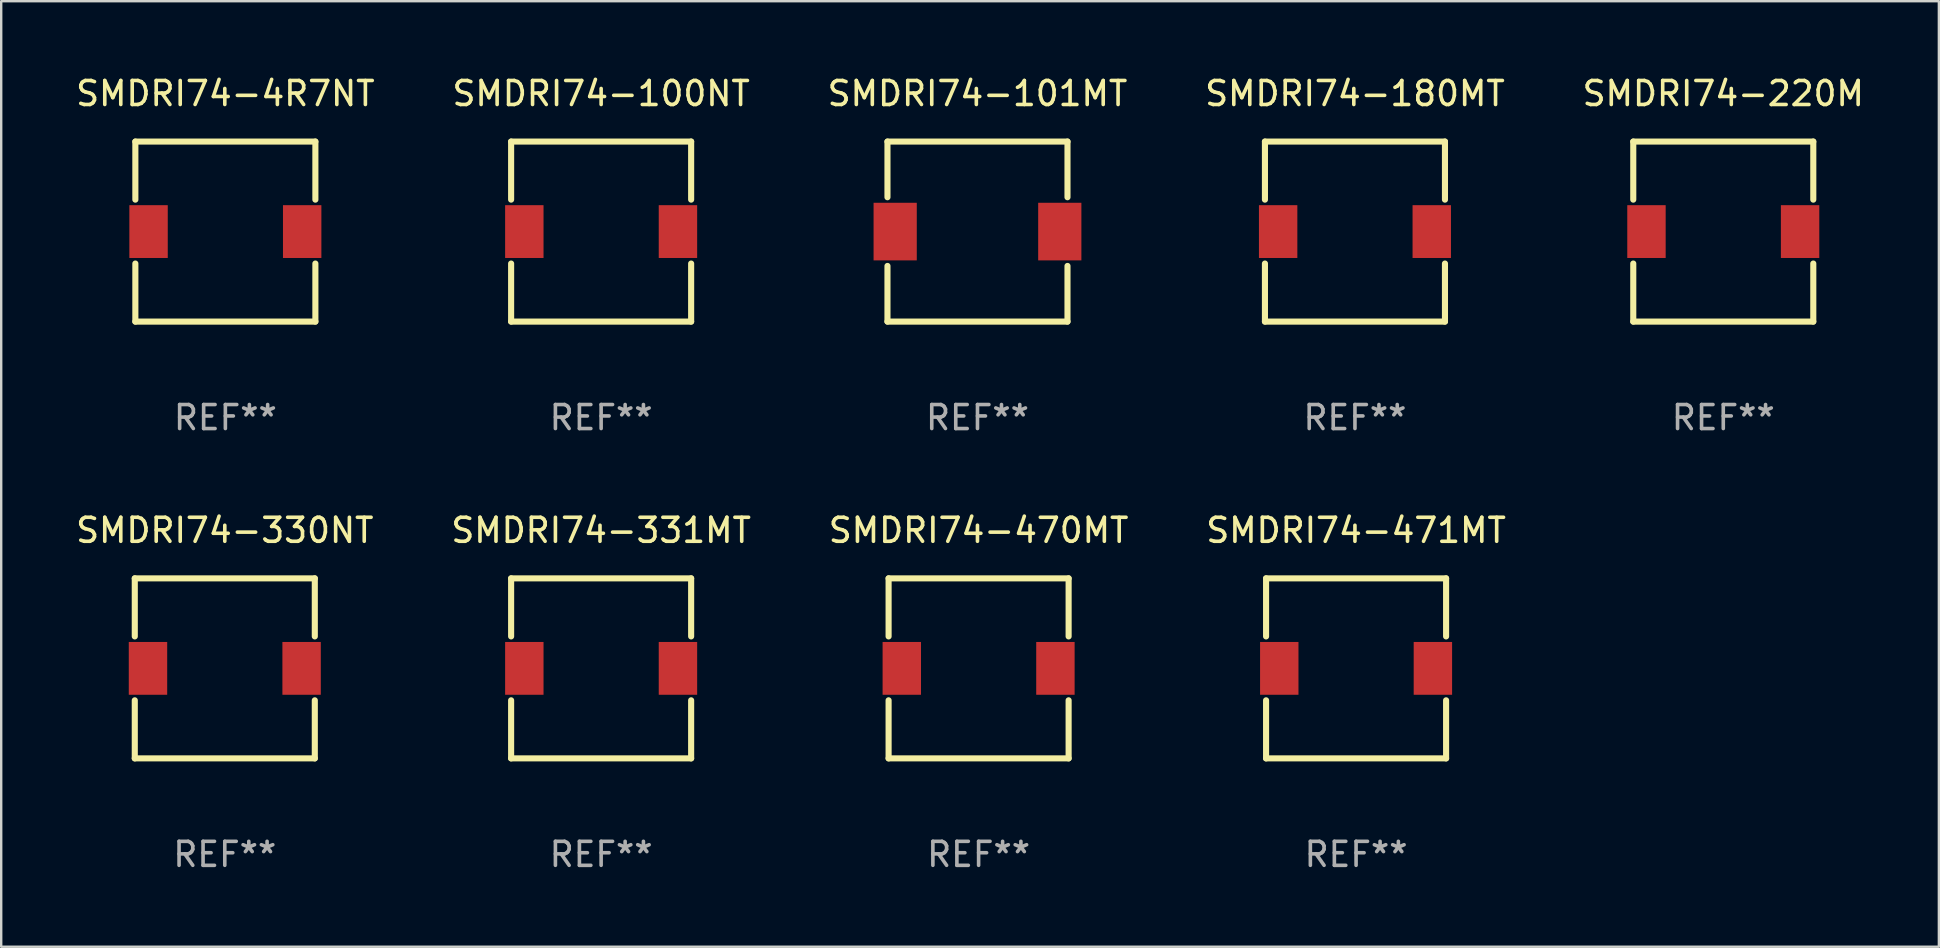
<source format=kicad_pcb>
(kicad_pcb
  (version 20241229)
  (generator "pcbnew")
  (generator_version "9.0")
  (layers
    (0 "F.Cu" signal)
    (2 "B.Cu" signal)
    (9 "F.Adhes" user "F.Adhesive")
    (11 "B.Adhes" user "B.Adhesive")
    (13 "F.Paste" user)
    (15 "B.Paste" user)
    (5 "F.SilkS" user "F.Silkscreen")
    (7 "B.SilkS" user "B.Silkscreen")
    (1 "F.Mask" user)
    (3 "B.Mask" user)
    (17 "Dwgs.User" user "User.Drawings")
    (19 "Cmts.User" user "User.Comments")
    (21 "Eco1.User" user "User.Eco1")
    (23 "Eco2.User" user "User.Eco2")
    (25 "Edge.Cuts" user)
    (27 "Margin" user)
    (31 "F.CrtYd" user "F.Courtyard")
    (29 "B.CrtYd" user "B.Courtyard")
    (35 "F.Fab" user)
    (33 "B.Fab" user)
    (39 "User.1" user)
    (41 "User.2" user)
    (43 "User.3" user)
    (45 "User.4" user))
  (footprint "SMDRI74-180MT"
    (layer "F.Cu")
    (at 53.399 6.598)
    (property "Reference" "SMDRI74-180MT" (at 0 -5.75 0) (layer "F.SilkS") (effects (font (size 1 1) (thickness 0.15))))
    (attr through_hole)
    (fp_line (start -3.75 -3.75) (end -3.75 -1.331) (stroke (width 0.254) (type solid)) (layer "F.SilkS"))
    (fp_line (start -3.75 -3.75) (end 3.75 -3.75) (stroke (width 0.254) (type solid)) (layer "F.SilkS"))
    (fp_line (start -3.75 1.331) (end -3.75 3.75) (stroke (width 0.254) (type solid)) (layer "F.SilkS"))
    (fp_line (start 3.75 -1.331) (end 3.75 -3.75) (stroke (width 0.254) (type solid)) (layer "F.SilkS"))
    (fp_line (start 3.75 3.75) (end -3.75 3.75) (stroke (width 0.254) (type solid)) (layer "F.SilkS"))
    (fp_line (start 3.75 3.75) (end 3.75 1.331) (stroke (width 0.254) (type solid)) (layer "F.SilkS"))
    (fp_circle (center -3.75 3.75) (end -3.72 3.75) (stroke (width 0.06) (type solid)) (fill no) (layer "F.SilkS"))
    (fp_text user "REF**" (at 0 7.75 0) (layer "F.Fab") (effects (font (size 1 1) (thickness 0.15))))
    (pad "1" smd rect (at -3.2 0 90) (size 2.2 1.6) (layers "F.Cu" "F.Mask" "F.Paste"))
    (pad "2" smd rect (at 3.2 0 90) (size 2.2 1.6) (layers "F.Cu" "F.Mask" "F.Paste")))
  (footprint "SMDRI74-470MT"
    (layer "F.Cu")
    (at 37.72 24.795)
    (property "Reference" "SMDRI74-470MT" (at 0 -5.75 0) (layer "F.SilkS") (effects (font (size 1 1) (thickness 0.15))))
    (attr through_hole)
    (fp_line (start -3.75 -3.75) (end -3.75 -1.331) (stroke (width 0.254) (type solid)) (layer "F.SilkS"))
    (fp_line (start -3.75 -3.75) (end 3.75 -3.75) (stroke (width 0.254) (type solid)) (layer "F.SilkS"))
    (fp_line (start -3.75 1.331) (end -3.75 3.75) (stroke (width 0.254) (type solid)) (layer "F.SilkS"))
    (fp_line (start 3.75 -1.331) (end 3.75 -3.75) (stroke (width 0.254) (type solid)) (layer "F.SilkS"))
    (fp_line (start 3.75 3.75) (end -3.75 3.75) (stroke (width 0.254) (type solid)) (layer "F.SilkS"))
    (fp_line (start 3.75 3.75) (end 3.75 1.331) (stroke (width 0.254) (type solid)) (layer "F.SilkS"))
    (fp_circle (center -3.75 3.75) (end -3.72 3.75) (stroke (width 0.06) (type solid)) (fill no) (layer "F.SilkS"))
    (fp_text user "REF**" (at 0 7.75 0) (layer "F.Fab") (effects (font (size 1 1) (thickness 0.15))))
    (pad "1" smd rect (at -3.2 0 90) (size 2.2 1.6) (layers "F.Cu" "F.Mask" "F.Paste"))
    (pad "2" smd rect (at 3.2 0 90) (size 2.2 1.6) (layers "F.Cu" "F.Mask" "F.Paste")))
  (footprint "SMDRI74-330NT"
    (layer "F.Cu")
    (at 6.315 24.795)
    (property "Reference" "SMDRI74-330NT" (at 0 -5.75 0) (layer "F.SilkS") (effects (font (size 1 1) (thickness 0.15))))
    (attr through_hole)
    (fp_line (start -3.75 -3.75) (end -3.75 -1.331) (stroke (width 0.254) (type solid)) (layer "F.SilkS"))
    (fp_line (start -3.75 -3.75) (end 3.75 -3.75) (stroke (width 0.254) (type solid)) (layer "F.SilkS"))
    (fp_line (start -3.75 1.331) (end -3.75 3.75) (stroke (width 0.254) (type solid)) (layer "F.SilkS"))
    (fp_line (start 3.75 -1.331) (end 3.75 -3.75) (stroke (width 0.254) (type solid)) (layer "F.SilkS"))
    (fp_line (start 3.75 3.75) (end -3.75 3.75) (stroke (width 0.254) (type solid)) (layer "F.SilkS"))
    (fp_line (start 3.75 3.75) (end 3.75 1.331) (stroke (width 0.254) (type solid)) (layer "F.SilkS"))
    (fp_circle (center -3.75 3.75) (end -3.72 3.75) (stroke (width 0.06) (type solid)) (fill no) (layer "F.SilkS"))
    (fp_text user "REF**" (at 0 7.75 0) (layer "F.Fab") (effects (font (size 1 1) (thickness 0.15))))
    (pad "1" smd rect (at -3.2 0 90) (size 2.2 1.6) (layers "F.Cu" "F.Mask" "F.Paste"))
    (pad "2" smd rect (at 3.2 0 90) (size 2.2 1.6) (layers "F.Cu" "F.Mask" "F.Paste")))
  (footprint "SMDRI74-220M"
    (layer "F.Cu")
    (at 68.744 6.598)
    (property "Reference" "SMDRI74-220M" (at 0 -5.75 0) (layer "F.SilkS") (effects (font (size 1 1) (thickness 0.15))))
    (attr through_hole)
    (fp_line (start -3.75 -3.75) (end -3.75 -1.331) (stroke (width 0.254) (type solid)) (layer "F.SilkS"))
    (fp_line (start -3.75 -3.75) (end 3.75 -3.75) (stroke (width 0.254) (type solid)) (layer "F.SilkS"))
    (fp_line (start -3.75 1.331) (end -3.75 3.75) (stroke (width 0.254) (type solid)) (layer "F.SilkS"))
    (fp_line (start 3.75 -1.331) (end 3.75 -3.75) (stroke (width 0.254) (type solid)) (layer "F.SilkS"))
    (fp_line (start 3.75 3.75) (end -3.75 3.75) (stroke (width 0.254) (type solid)) (layer "F.SilkS"))
    (fp_line (start 3.75 3.75) (end 3.75 1.331) (stroke (width 0.254) (type solid)) (layer "F.SilkS"))
    (fp_circle (center -3.75 3.75) (end -3.72 3.75) (stroke (width 0.06) (type solid)) (fill no) (layer "F.SilkS"))
    (fp_text user "REF**" (at 0 7.75 0) (layer "F.Fab") (effects (font (size 1 1) (thickness 0.15))))
    (pad "1" smd rect (at -3.2 0 90) (size 2.2 1.6) (layers "F.Cu" "F.Mask" "F.Paste"))
    (pad "2" smd rect (at 3.2 0 90) (size 2.2 1.6) (layers "F.Cu" "F.Mask" "F.Paste")))
  (footprint "SMDRI74-100NT"
    (layer "F.Cu")
    (at 21.994 6.598)
    (property "Reference" "SMDRI74-100NT" (at 0 -5.75 0) (layer "F.SilkS") (effects (font (size 1 1) (thickness 0.15))))
    (attr through_hole)
    (fp_line (start -3.75 -3.75) (end -3.75 -1.331) (stroke (width 0.254) (type solid)) (layer "F.SilkS"))
    (fp_line (start -3.75 -3.75) (end 3.75 -3.75) (stroke (width 0.254) (type solid)) (layer "F.SilkS"))
    (fp_line (start -3.75 1.331) (end -3.75 3.75) (stroke (width 0.254) (type solid)) (layer "F.SilkS"))
    (fp_line (start 3.75 -1.331) (end 3.75 -3.75) (stroke (width 0.254) (type solid)) (layer "F.SilkS"))
    (fp_line (start 3.75 3.75) (end -3.75 3.75) (stroke (width 0.254) (type solid)) (layer "F.SilkS"))
    (fp_line (start 3.75 3.75) (end 3.75 1.331) (stroke (width 0.254) (type solid)) (layer "F.SilkS"))
    (fp_circle (center -3.75 3.75) (end -3.72 3.75) (stroke (width 0.06) (type solid)) (fill no) (layer "F.SilkS"))
    (fp_text user "REF**" (at 0 7.75 0) (layer "F.Fab") (effects (font (size 1 1) (thickness 0.15))))
    (pad "1" smd rect (at -3.2 0 90) (size 2.2 1.6) (layers "F.Cu" "F.Mask" "F.Paste"))
    (pad "2" smd rect (at 3.2 0 90) (size 2.2 1.6) (layers "F.Cu" "F.Mask" "F.Paste")))
  (footprint "SMDRI74-4R7NT"
    (layer "F.Cu")
    (at 6.339 6.598)
    (property "Reference" "SMDRI74-4R7NT" (at 0 -5.75 0) (layer "F.SilkS") (effects (font (size 1 1) (thickness 0.15))))
    (attr through_hole)
    (fp_line (start -3.75 -3.75) (end -3.75 -1.331) (stroke (width 0.254) (type solid)) (layer "F.SilkS"))
    (fp_line (start -3.75 -3.75) (end 3.75 -3.75) (stroke (width 0.254) (type solid)) (layer "F.SilkS"))
    (fp_line (start -3.75 1.331) (end -3.75 3.75) (stroke (width 0.254) (type solid)) (layer "F.SilkS"))
    (fp_line (start 3.75 -1.331) (end 3.75 -3.75) (stroke (width 0.254) (type solid)) (layer "F.SilkS"))
    (fp_line (start 3.75 3.75) (end -3.75 3.75) (stroke (width 0.254) (type solid)) (layer "F.SilkS"))
    (fp_line (start 3.75 3.75) (end 3.75 1.331) (stroke (width 0.254) (type solid)) (layer "F.SilkS"))
    (fp_circle (center -3.75 3.75) (end -3.72 3.75) (stroke (width 0.06) (type solid)) (fill no) (layer "F.SilkS"))
    (fp_text user "REF**" (at 0 7.75 0) (layer "F.Fab") (effects (font (size 1 1) (thickness 0.15))))
    (pad "1" smd rect (at -3.2 0 90) (size 2.2 1.6) (layers "F.Cu" "F.Mask" "F.Paste"))
    (pad "2" smd rect (at 3.2 0 90) (size 2.2 1.6) (layers "F.Cu" "F.Mask" "F.Paste")))
  (footprint "SMDRI74-101MT"
    (layer "F.Cu")
    (at 37.673 6.598)
    (property "Reference" "SMDRI74-101MT" (at 0 -5.75 0) (layer "F.SilkS") (effects (font (size 1 1) (thickness 0.15))))
    (attr through_hole)
    (fp_line (start -3.75 -3.75) (end 3.75 -3.75) (stroke (width 0.254) (type solid)) (layer "F.SilkS"))
    (fp_line (start -3.75 -1.431) (end -3.75 -3.75) (stroke (width 0.254) (type solid)) (layer "F.SilkS"))
    (fp_line (start -3.75 3.75) (end -3.75 1.431) (stroke (width 0.254) (type solid)) (layer "F.SilkS"))
    (fp_line (start 3.75 -3.75) (end 3.75 -1.431) (stroke (width 0.254) (type solid)) (layer "F.SilkS"))
    (fp_line (start 3.75 1.431) (end 3.75 3.75) (stroke (width 0.254) (type solid)) (layer "F.SilkS"))
    (fp_line (start 3.75 3.75) (end -3.75 3.75) (stroke (width 0.254) (type solid)) (layer "F.SilkS"))
    (fp_circle (center -3.75 3.75) (end -3.72 3.75) (stroke (width 0.06) (type solid)) (fill no) (layer "F.SilkS"))
    (fp_text user "REF**" (at 0 7.75 0) (layer "F.Fab") (effects (font (size 1 1) (thickness 0.15))))
    (pad "1" smd rect (at -3.429 0) (size 1.8 2.4) (layers "F.Cu" "F.Mask" "F.Paste"))
    (pad "2" smd rect (at 3.429 0) (size 1.8 2.4) (layers "F.Cu" "F.Mask" "F.Paste")))
  (footprint "SMDRI74-331MT"
    (layer "F.Cu")
    (at 21.994 24.795)
    (property "Reference" "SMDRI74-331MT" (at 0 -5.75 0) (layer "F.SilkS") (effects (font (size 1 1) (thickness 0.15))))
    (attr through_hole)
    (fp_line (start -3.75 -3.75) (end -3.75 -1.331) (stroke (width 0.254) (type solid)) (layer "F.SilkS"))
    (fp_line (start -3.75 -3.75) (end 3.75 -3.75) (stroke (width 0.254) (type solid)) (layer "F.SilkS"))
    (fp_line (start -3.75 1.331) (end -3.75 3.75) (stroke (width 0.254) (type solid)) (layer "F.SilkS"))
    (fp_line (start 3.75 -1.331) (end 3.75 -3.75) (stroke (width 0.254) (type solid)) (layer "F.SilkS"))
    (fp_line (start 3.75 3.75) (end -3.75 3.75) (stroke (width 0.254) (type solid)) (layer "F.SilkS"))
    (fp_line (start 3.75 3.75) (end 3.75 1.331) (stroke (width 0.254) (type solid)) (layer "F.SilkS"))
    (fp_circle (center -3.75 3.75) (end -3.72 3.75) (stroke (width 0.06) (type solid)) (fill no) (layer "F.SilkS"))
    (fp_text user "REF**" (at 0 7.75 0) (layer "F.Fab") (effects (font (size 1 1) (thickness 0.15))))
    (pad "1" smd rect (at -3.2 0 90) (size 2.2 1.6) (layers "F.Cu" "F.Mask" "F.Paste"))
    (pad "2" smd rect (at 3.2 0 90) (size 2.2 1.6) (layers "F.Cu" "F.Mask" "F.Paste")))
  (footprint "SMDRI74-471MT"
    (layer "F.Cu")
    (at 53.446 24.795)
    (property "Reference" "SMDRI74-471MT" (at 0 -5.75 0) (layer "F.SilkS") (effects (font (size 1 1) (thickness 0.15))))
    (attr through_hole)
    (fp_line (start -3.75 -3.75) (end -3.75 -1.331) (stroke (width 0.254) (type solid)) (layer "F.SilkS"))
    (fp_line (start -3.75 -3.75) (end 3.75 -3.75) (stroke (width 0.254) (type solid)) (layer "F.SilkS"))
    (fp_line (start -3.75 1.331) (end -3.75 3.75) (stroke (width 0.254) (type solid)) (layer "F.SilkS"))
    (fp_line (start 3.75 -1.331) (end 3.75 -3.75) (stroke (width 0.254) (type solid)) (layer "F.SilkS"))
    (fp_line (start 3.75 3.75) (end -3.75 3.75) (stroke (width 0.254) (type solid)) (layer "F.SilkS"))
    (fp_line (start 3.75 3.75) (end 3.75 1.331) (stroke (width 0.254) (type solid)) (layer "F.SilkS"))
    (fp_circle (center -3.75 3.75) (end -3.72 3.75) (stroke (width 0.06) (type solid)) (fill no) (layer "F.SilkS"))
    (fp_text user "REF**" (at 0 7.75 0) (layer "F.Fab") (effects (font (size 1 1) (thickness 0.15))))
    (pad "1" smd rect (at -3.2 0 90) (size 2.2 1.6) (layers "F.Cu" "F.Mask" "F.Paste"))
    (pad "2" smd rect (at 3.2 0 90) (size 2.2 1.6) (layers "F.Cu" "F.Mask" "F.Paste")))
  (gr_rect
    (start -3 -3)
    (end 77.726 36.393)
    (stroke (width 0.1) (type default))
    (fill no)
    (layer "Edge.Cuts")))
</source>
